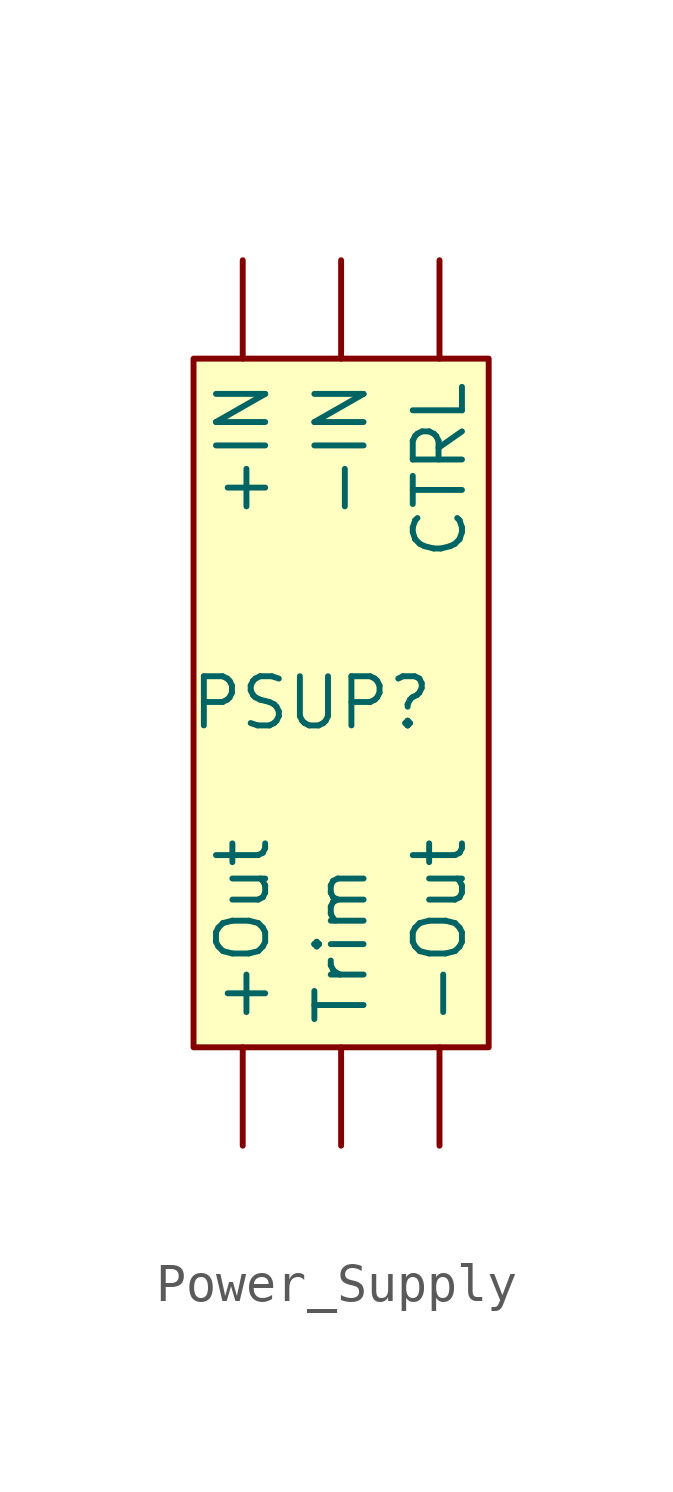
<source format=kicad_sym>
(kicad_symbol_lib
  (version 20231120)
  (generator "kicad_symbol_editor")
  (generator_version "8.0")
  (symbol "Power_Supply"
    (property "Reference" "PSUP"
      (at 3.048 0 0)
      (effects (font (size 1.27 1.27))))
    (property "Value" ""
      (at 0 -1.27 0)
      (effects (font (size 1.27 1.27))))
    (symbol "Power_Supply_1_1"
      (rectangle (start 0 8.89) (end 7.62 -8.89) (stroke (width 0) (type default)) (fill (type background)))
      (pin power_out line (at 1.27 11.43 270) (length 2.54) (name "+IN" (effects (font (size 1.27 1.27)))) (number "" (effects (font (size 1.27 1.27)))))
      (pin input line (at 1.27 -11.43 90) (length 2.54) (name "+Out" (effects (font (size 1.27 1.27)))) (number "" (effects (font (size 1.27 1.27)))))
      (pin power_out line (at 3.81 11.43 270) (length 2.54) (name "-IN" (effects (font (size 1.27 1.27)))) (number "" (effects (font (size 1.27 1.27)))))
      (pin input line (at 6.35 -11.43 90) (length 2.54) (name "-Out" (effects (font (size 1.27 1.27)))) (number "" (effects (font (size 1.27 1.27)))))
      (pin power_out line (at 6.35 11.43 270) (length 2.54) (name "CTRL" (effects (font (size 1.27 1.27)))) (number "" (effects (font (size 1.27 1.27)))))
      (pin input line (at 3.81 -11.43 90) (length 2.54) (name "Trim" (effects (font (size 1.27 1.27)))) (number "" (effects (font (size 1.27 1.27))))))))
</source>
